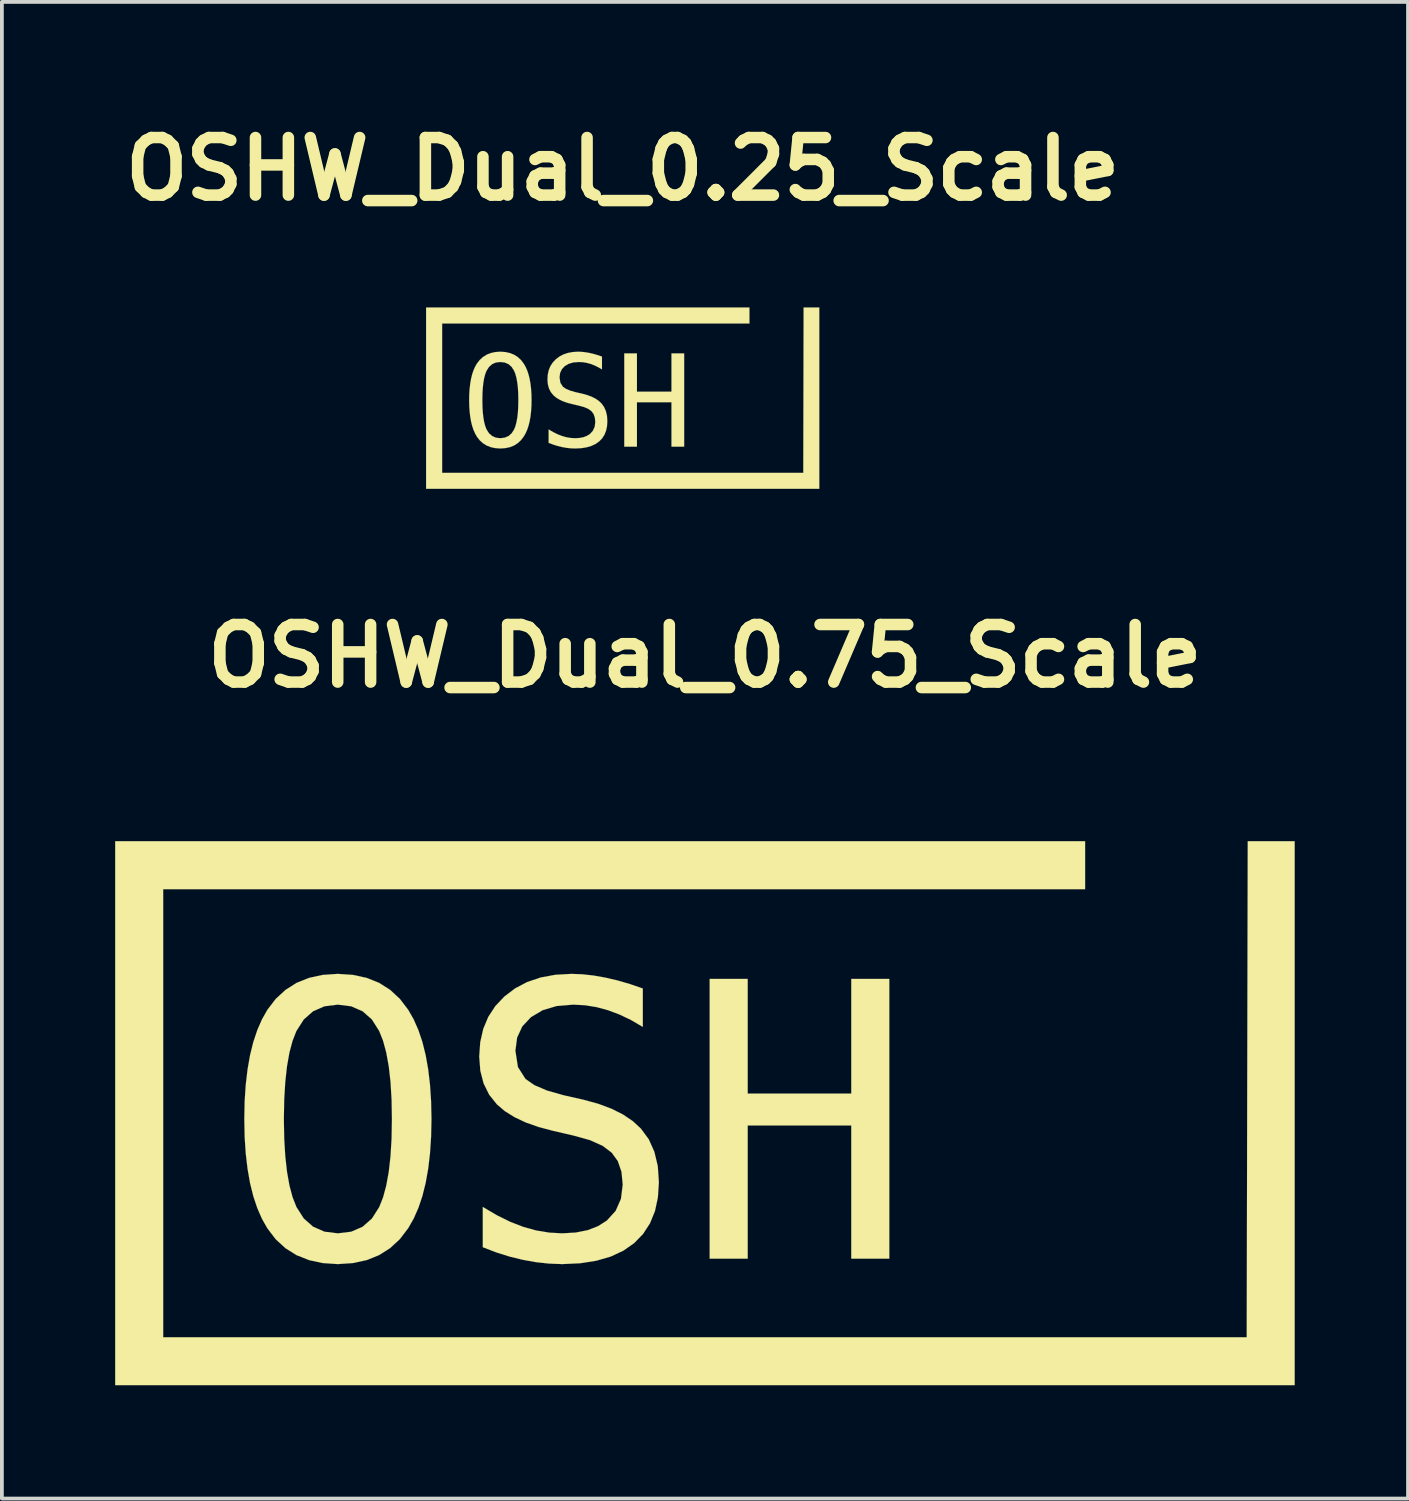
<source format=kicad_pcb>
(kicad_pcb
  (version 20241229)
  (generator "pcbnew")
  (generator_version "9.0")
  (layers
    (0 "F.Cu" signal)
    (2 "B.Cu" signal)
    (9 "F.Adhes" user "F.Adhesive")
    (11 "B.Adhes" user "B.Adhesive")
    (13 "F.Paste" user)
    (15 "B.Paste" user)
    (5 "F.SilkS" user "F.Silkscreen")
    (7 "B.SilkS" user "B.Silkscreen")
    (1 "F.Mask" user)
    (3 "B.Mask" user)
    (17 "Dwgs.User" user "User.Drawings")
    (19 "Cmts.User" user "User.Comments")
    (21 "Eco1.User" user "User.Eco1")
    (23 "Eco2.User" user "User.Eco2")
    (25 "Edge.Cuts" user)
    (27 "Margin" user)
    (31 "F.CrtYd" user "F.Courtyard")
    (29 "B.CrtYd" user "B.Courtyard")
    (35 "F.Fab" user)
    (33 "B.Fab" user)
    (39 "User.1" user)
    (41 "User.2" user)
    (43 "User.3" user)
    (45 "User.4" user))
  (footprint "OSHW_Dual_0.25_Scale"
    (layer "F.Cu")
    (at 13.44 7.185)
    (property "Reference" "OSHW_Dual_0.25_Scale" (at 0 -5.758 0) (layer "F.SilkS") (effects (font (size 1.524 1.524) (thickness 0.305))))
    (attr through_hole)
    (fp_poly (pts (xy 1.852 -0.876) (xy 2.178 -0.876) (xy 2.415 1.128) (xy 2.696 -0.198) (xy 3.045 -0.198) (xy 3.329 1.132) (xy 4.13 -2.71) (xy 4.456 -2.71) (xy 3.523 1.593) (xy 3.207 1.593) (xy 2.871 0.126) (xy 2.537 1.593) (xy 2.221 1.593) (xy 1.852 -0.876)) (stroke (width 0.003) (type solid)) (fill yes) (layer "F.Mask"))
    (fp_poly (pts (xy 0.042 -0.876) (xy 0.377 -0.876) (xy 0.377 0.136) (xy 1.292 0.136) (xy 1.292 -0.876) (xy 1.627 -0.876) (xy 1.627 1.593) (xy 1.292 1.593) (xy 1.292 0.417) (xy 0.377 0.417) (xy 0.377 1.593) (xy 0.042 1.593) (xy 0.042 -0.876)) (stroke (width 0.003) (type solid)) (fill yes) (layer "F.SilkS"))
    (fp_poly (pts (xy -5.206 -2.092) (xy -5.206 -1.88) (xy -5.206 2.499) (xy -5.206 2.71) (xy -4.994 2.71) (xy 4.994 2.71) (xy 5.206 2.71) (xy 5.206 2.499) (xy 5.206 -2.092) (xy 4.791 -2.092) (xy 4.782 2.287) (xy -4.782 2.287) (xy -4.782 -1.668) (xy 3.356 -1.668) (xy 3.356 -2.092) (xy -4.994 -2.092) (xy -5.206 -2.092)) (stroke (width 0.003) (type solid)) (fill yes) (layer "F.SilkS"))
    (fp_poly (pts (xy -0.549 -0.792) (xy -0.549 -0.453) (xy -0.65 -0.512) (xy -0.752 -0.561) (xy -0.855 -0.6) (xy -0.956 -0.627) (xy -1.059 -0.644) (xy -1.162 -0.649) (xy -1.309 -0.637) (xy -1.433 -0.6) (xy -1.536 -0.539) (xy -1.612 -0.457) (xy -1.658 -0.359) (xy -1.673 -0.243) (xy -1.651 -0.098) (xy -1.584 0.007) (xy -1.506 0.061) (xy -1.394 0.109) (xy -1.247 0.151) (xy -1.071 0.191) (xy -0.94 0.227) (xy -0.824 0.27) (xy -0.722 0.321) (xy -0.636 0.38) (xy -0.565 0.445) (xy -0.496 0.54) (xy -0.446 0.65) (xy -0.416 0.776) (xy -0.407 0.918) (xy -0.415 1.052) (xy -0.441 1.173) (xy -0.485 1.281) (xy -0.546 1.375) (xy -0.625 1.456) (xy -0.72 1.522) (xy -0.831 1.574) (xy -0.958 1.611) (xy -1.101 1.634) (xy -1.26 1.641) (xy -1.376 1.637) (xy -1.492 1.624) (xy -1.609 1.603) (xy -1.726 1.574) (xy -1.843 1.537) (xy -1.961 1.492) (xy -1.961 1.137) (xy -1.837 1.21) (xy -1.717 1.269) (xy -1.602 1.313) (xy -1.488 1.345) (xy -1.374 1.363) (xy -1.26 1.37) (xy -1.14 1.363) (xy -1.035 1.342) (xy -0.944 1.306) (xy -0.866 1.257) (xy -0.788 1.171) (xy -0.741 1.065) (xy -0.726 0.94) (xy -0.737 0.826) (xy -0.769 0.732) (xy -0.823 0.657) (xy -0.903 0.597) (xy -1.015 0.547) (xy -1.159 0.507) (xy -1.338 0.465) (xy -1.468 0.431) (xy -1.583 0.39) (xy -1.682 0.343) (xy -1.767 0.29) (xy -1.837 0.23) (xy -1.905 0.145) (xy -1.954 0.046) (xy -1.983 -0.066) (xy -1.992 -0.191) (xy -1.983 -0.318) (xy -1.957 -0.435) (xy -1.913 -0.541) (xy -1.851 -0.636) (xy -1.771 -0.72) (xy -1.676 -0.793) (xy -1.569 -0.849) (xy -1.45 -0.889) (xy -1.32 -0.913) (xy -1.179 -0.921) (xy -1.082 -0.917) (xy -0.983 -0.906) (xy -0.879 -0.888) (xy -0.773 -0.863) (xy -0.663 -0.831) (xy -0.549 -0.792)) (stroke (width 0.003) (type solid)) (fill yes) (layer "F.SilkS"))
    (fp_poly (pts (xy -2.763 0.361) (xy -2.414 0.361) (xy -2.417 0.517) (xy -2.427 0.663) (xy -2.443 0.799) (xy -2.465 0.924) (xy -2.494 1.039) (xy -2.529 1.144) (xy -2.571 1.239) (xy -2.619 1.323) (xy -2.693 1.42) (xy -2.779 1.5) (xy -2.876 1.562) (xy -2.986 1.606) (xy -3.107 1.632) (xy -3.241 1.641) (xy -3.374 1.632) (xy -3.496 1.606) (xy -3.605 1.562) (xy -3.703 1.501) (xy -3.789 1.422) (xy -3.863 1.325) (xy -3.91 1.241) (xy -3.952 1.146) (xy -3.987 1.041) (xy -4.015 0.926) (xy -4.037 0.8) (xy -4.053 0.664) (xy -4.063 0.518) (xy -4.066 0.361) (xy -4.063 0.204) (xy -4.053 0.058) (xy -4.037 -0.078) (xy -4.015 -0.203) (xy -3.987 -0.319) (xy -3.952 -0.424) (xy -3.91 -0.519) (xy -3.863 -0.603) (xy -3.788 -0.7) (xy -3.702 -0.779) (xy -3.605 -0.841) (xy -3.495 -0.885) (xy -3.374 -0.912) (xy -3.241 -0.921) (xy -3.107 -0.912) (xy -2.986 -0.885) (xy -2.876 -0.841) (xy -2.779 -0.779) (xy -2.693 -0.7) (xy -2.619 -0.603) (xy -2.571 -0.519) (xy -2.529 -0.424) (xy -2.494 -0.319) (xy -2.465 -0.203) (xy -2.443 -0.078) (xy -2.427 0.058) (xy -2.417 0.204) (xy -2.414 0.361) (xy -2.763 0.361) (xy -2.766 0.188) (xy -2.775 0.033) (xy -2.791 -0.105) (xy -2.813 -0.226) (xy -2.841 -0.33) (xy -2.875 -0.416) (xy -2.94 -0.518) (xy -3.022 -0.591) (xy -3.123 -0.635) (xy -3.241 -0.649) (xy -3.359 -0.635) (xy -3.459 -0.591) (xy -3.541 -0.518) (xy -3.606 -0.416) (xy -3.64 -0.33) (xy -3.668 -0.226) (xy -3.689 -0.105) (xy -3.705 0.033) (xy -3.714 0.188) (xy -3.717 0.361) (xy -3.714 0.533) (xy -3.705 0.688) (xy -3.689 0.826) (xy -3.668 0.947) (xy -3.64 1.05) (xy -3.606 1.137) (xy -3.541 1.239) (xy -3.459 1.311) (xy -3.359 1.355) (xy -3.241 1.37) (xy -3.123 1.355) (xy -3.022 1.312) (xy -2.94 1.239) (xy -2.875 1.138) (xy -2.841 1.052) (xy -2.813 0.948) (xy -2.791 0.827) (xy -2.775 0.689) (xy -2.766 0.534) (xy -2.763 0.361)) (stroke (width 0.003) (type solid)) (fill yes) (layer "F.SilkS")))
  (footprint "OSHW_Dual_0.75_Scale"
    (layer "F.Cu")
    (at 15.618 25.502)
    (property "Reference" "OSHW_Dual_0.75_Scale" (at 0 -11.179 0) (layer "F.SilkS") (effects (font (size 1.524 1.524) (thickness 0.305))))
    (attr through_hole)
    (fp_poly (pts (xy 5.557 -2.628) (xy 6.534 -2.628) (xy 7.244 3.385) (xy 8.087 -0.594) (xy 9.134 -0.594) (xy 9.987 3.395) (xy 12.39 -8.131) (xy 13.367 -8.131) (xy 10.568 4.779) (xy 9.62 4.779) (xy 8.613 0.379) (xy 7.611 4.779) (xy 6.663 4.779) (xy 5.557 -2.628)) (stroke (width 0.003) (type solid)) (fill yes) (layer "F.Mask"))
    (fp_poly (pts (xy 0.125 -2.628) (xy 1.132 -2.628) (xy 1.132 0.408) (xy 3.875 0.408) (xy 3.875 -2.628) (xy 4.882 -2.628) (xy 4.882 4.779) (xy 3.875 4.779) (xy 3.875 1.252) (xy 1.132 1.252) (xy 1.132 4.779) (xy 0.125 4.779) (xy 0.125 -2.628)) (stroke (width 0.003) (type solid)) (fill yes) (layer "F.SilkS"))
    (fp_poly (pts (xy -15.617 -6.275) (xy -15.617 -5.64) (xy -15.617 7.496) (xy -15.617 8.131) (xy -14.982 8.131) (xy 14.982 8.131) (xy 15.617 8.131) (xy 15.617 7.496) (xy 15.617 -6.275) (xy 14.374 -6.275) (xy 14.347 6.861) (xy -14.347 6.861) (xy -14.347 -5.005) (xy 10.067 -5.005) (xy 10.067 -6.275) (xy -14.982 -6.275) (xy -15.617 -6.275)) (stroke (width 0.003) (type solid)) (fill yes) (layer "F.SilkS"))
    (fp_poly (pts (xy -1.646 -2.375) (xy -1.646 -1.358) (xy -1.951 -1.537) (xy -2.257 -1.684) (xy -2.564 -1.799) (xy -2.869 -1.882) (xy -3.177 -1.932) (xy -3.487 -1.948) (xy -3.927 -1.911) (xy -4.3 -1.8) (xy -4.608 -1.616) (xy -4.837 -1.372) (xy -4.974 -1.076) (xy -5.02 -0.728) (xy -4.953 -0.295) (xy -4.752 0.021) (xy -4.518 0.184) (xy -4.181 0.328) (xy -3.74 0.453) (xy -3.214 0.572) (xy -2.82 0.68) (xy -2.471 0.811) (xy -2.167 0.964) (xy -1.909 1.139) (xy -1.696 1.336) (xy -1.487 1.62) (xy -1.339 1.951) (xy -1.249 2.329) (xy -1.22 2.755) (xy -1.246 3.157) (xy -1.324 3.52) (xy -1.455 3.842) (xy -1.639 4.125) (xy -1.874 4.367) (xy -2.16 4.567) (xy -2.494 4.723) (xy -2.875 4.834) (xy -3.303 4.901) (xy -3.779 4.923) (xy -4.127 4.91) (xy -4.476 4.872) (xy -4.826 4.809) (xy -5.177 4.723) (xy -5.53 4.612) (xy -5.883 4.476) (xy -5.883 3.41) (xy -5.51 3.63) (xy -5.151 3.807) (xy -4.806 3.94) (xy -4.465 4.034) (xy -4.123 4.09) (xy -3.779 4.109) (xy -3.421 4.088) (xy -3.105 4.025) (xy -2.831 3.919) (xy -2.599 3.772) (xy -2.364 3.514) (xy -2.224 3.196) (xy -2.177 2.819) (xy -2.21 2.478) (xy -2.307 2.195) (xy -2.47 1.971) (xy -2.709 1.791) (xy -3.045 1.64) (xy -3.477 1.52) (xy -4.013 1.396) (xy -4.403 1.293) (xy -4.748 1.171) (xy -5.047 1.03) (xy -5.302 0.87) (xy -5.511 0.691) (xy -5.715 0.435) (xy -5.861 0.139) (xy -5.948 -0.197) (xy -5.977 -0.574) (xy -5.95 -0.955) (xy -5.871 -1.304) (xy -5.738 -1.622) (xy -5.552 -1.907) (xy -5.312 -2.161) (xy -5.027 -2.378) (xy -4.707 -2.546) (xy -4.351 -2.666) (xy -3.961 -2.738) (xy -3.536 -2.762) (xy -3.247 -2.751) (xy -2.948 -2.718) (xy -2.638 -2.663) (xy -2.319 -2.589) (xy -1.988 -2.493) (xy -1.646 -2.375)) (stroke (width 0.003) (type solid)) (fill yes) (layer "F.SilkS"))
    (fp_poly (pts (xy -8.289 1.083) (xy -7.242 1.083) (xy -7.252 1.551) (xy -7.281 1.989) (xy -7.329 2.396) (xy -7.396 2.772) (xy -7.482 3.118) (xy -7.588 3.433) (xy -7.713 3.717) (xy -7.857 3.97) (xy -8.079 4.261) (xy -8.336 4.499) (xy -8.629 4.685) (xy -8.958 4.817) (xy -9.322 4.896) (xy -9.723 4.923) (xy -10.123 4.896) (xy -10.488 4.817) (xy -10.816 4.686) (xy -11.109 4.502) (xy -11.367 4.265) (xy -11.588 3.975) (xy -11.731 3.723) (xy -11.855 3.439) (xy -11.96 3.124) (xy -12.046 2.778) (xy -12.112 2.401) (xy -12.16 1.993) (xy -12.189 1.554) (xy -12.198 1.083) (xy -12.189 0.613) (xy -12.16 0.175) (xy -12.112 -0.233) (xy -12.046 -0.61) (xy -11.96 -0.956) (xy -11.855 -1.271) (xy -11.731 -1.556) (xy -11.588 -1.809) (xy -11.365 -2.1) (xy -11.107 -2.338) (xy -10.814 -2.524) (xy -10.485 -2.656) (xy -10.122 -2.735) (xy -9.723 -2.762) (xy -9.322 -2.735) (xy -8.958 -2.656) (xy -8.629 -2.524) (xy -8.336 -2.338) (xy -8.079 -2.1) (xy -7.857 -1.809) (xy -7.713 -1.556) (xy -7.588 -1.271) (xy -7.482 -0.956) (xy -7.396 -0.61) (xy -7.329 -0.233) (xy -7.281 0.175) (xy -7.252 0.613) (xy -7.242 1.083) (xy -8.289 1.083) (xy -8.298 0.565) (xy -8.326 0.099) (xy -8.373 -0.316) (xy -8.439 -0.679) (xy -8.523 -0.99) (xy -8.626 -1.249) (xy -8.819 -1.555) (xy -9.067 -1.773) (xy -9.368 -1.904) (xy -9.723 -1.948) (xy -10.076 -1.904) (xy -10.376 -1.773) (xy -10.624 -1.555) (xy -10.819 -1.249) (xy -10.921 -0.99) (xy -11.004 -0.679) (xy -11.068 -0.316) (xy -11.114 0.099) (xy -11.142 0.565) (xy -11.151 1.083) (xy -11.142 1.6) (xy -11.114 2.065) (xy -11.068 2.478) (xy -11.004 2.84) (xy -10.921 3.151) (xy -10.819 3.41) (xy -10.624 3.716) (xy -10.376 3.934) (xy -10.076 4.065) (xy -9.723 4.109) (xy -9.368 4.066) (xy -9.067 3.936) (xy -8.819 3.718) (xy -8.626 3.415) (xy -8.523 3.156) (xy -8.439 2.845) (xy -8.373 2.482) (xy -8.326 2.067) (xy -8.298 1.601) (xy -8.289 1.083)) (stroke (width 0.003) (type solid)) (fill yes) (layer "F.SilkS")))
  (gr_rect
    (start -3 -3)
    (end 34.237 36.634)
    (stroke (width 0.1) (type default))
    (fill no)
    (layer "Edge.Cuts")))
</source>
